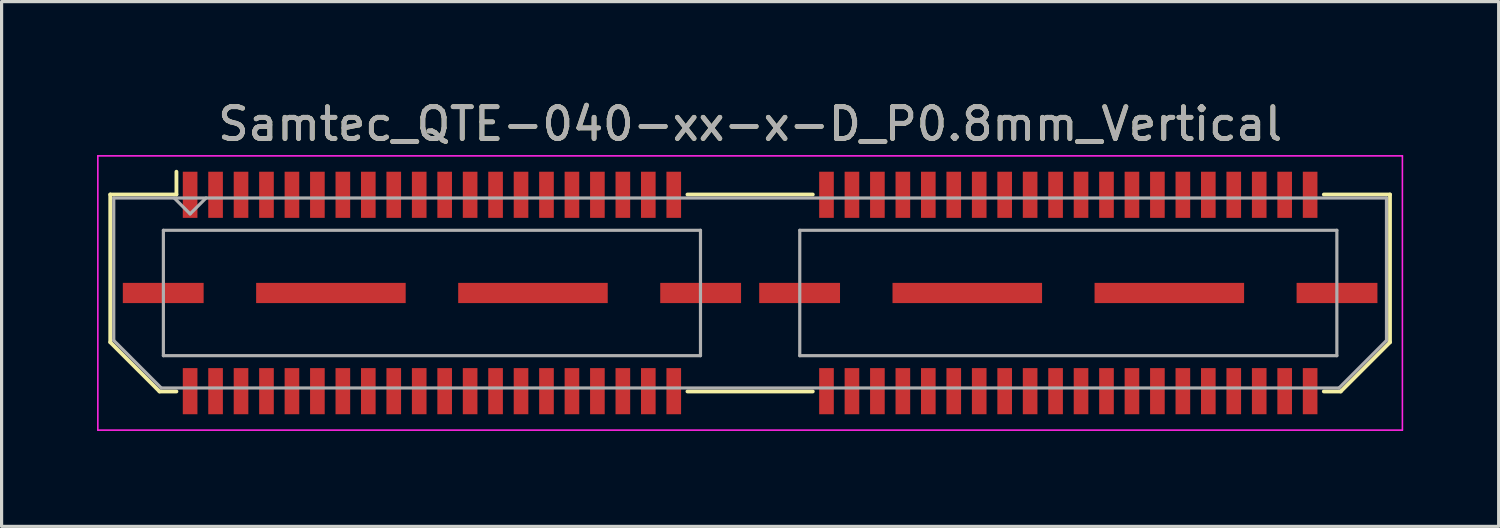
<source format=kicad_pcb>
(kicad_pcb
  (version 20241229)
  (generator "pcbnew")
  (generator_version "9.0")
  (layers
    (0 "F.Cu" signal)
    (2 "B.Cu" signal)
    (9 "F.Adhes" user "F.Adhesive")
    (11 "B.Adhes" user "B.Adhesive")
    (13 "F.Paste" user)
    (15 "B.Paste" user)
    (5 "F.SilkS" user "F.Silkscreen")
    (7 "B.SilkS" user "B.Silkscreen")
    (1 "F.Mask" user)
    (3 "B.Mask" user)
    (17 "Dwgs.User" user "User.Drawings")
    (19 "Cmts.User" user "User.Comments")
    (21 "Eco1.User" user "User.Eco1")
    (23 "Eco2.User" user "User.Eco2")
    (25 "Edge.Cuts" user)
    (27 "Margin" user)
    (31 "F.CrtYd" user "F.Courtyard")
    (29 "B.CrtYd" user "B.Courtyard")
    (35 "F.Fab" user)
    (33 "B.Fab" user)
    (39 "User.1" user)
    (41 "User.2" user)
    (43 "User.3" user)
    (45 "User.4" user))
  (footprint "Samtec_QTE-040-xx-x-D_P0.8mm_Vertical"
    (layer "F.Cu")
    (at 20.525 6.158)
    (property "Reference" "Samtec_QTE-040-xx-x-D_P0.8mm_Vertical" (at 0 -5.31 0) (layer "F.SilkS") (effects (font (size 1 1) (thickness 0.15))))
    (attr smd)
    (fp_line (start -20.11 -3.095) (end -20.11 1.548) (stroke (width 0.12) (type solid)) (layer "F.SilkS"))
    (fp_line (start -20.11 1.548) (end -18.562 3.095) (stroke (width 0.12) (type solid)) (layer "F.SilkS"))
    (fp_line (start -18.562 3.095) (end -18.03 3.095) (stroke (width 0.12) (type solid)) (layer "F.SilkS"))
    (fp_line (start -18.03 -3.811) (end -18.03 -3.095) (stroke (width 0.12) (type solid)) (layer "F.SilkS"))
    (fp_line (start -18.03 -3.095) (end -20.11 -3.095) (stroke (width 0.12) (type solid)) (layer "F.SilkS"))
    (fp_line (start -1.97 -3.095) (end 1.97 -3.095) (stroke (width 0.12) (type solid)) (layer "F.SilkS"))
    (fp_line (start -1.97 3.095) (end 1.97 3.095) (stroke (width 0.12) (type solid)) (layer "F.SilkS"))
    (fp_line (start 18.03 -3.095) (end 20.11 -3.095) (stroke (width 0.12) (type solid)) (layer "F.SilkS"))
    (fp_line (start 18.562 3.095) (end 18.03 3.095) (stroke (width 0.12) (type solid)) (layer "F.SilkS"))
    (fp_line (start 20.11 -3.095) (end 20.11 1.548) (stroke (width 0.12) (type solid)) (layer "F.SilkS"))
    (fp_line (start 20.11 1.548) (end 18.562 3.095) (stroke (width 0.12) (type solid)) (layer "F.SilkS"))
    (fp_line (start -20.5 -4.31) (end -20.5 4.31) (stroke (width 0.05) (type solid)) (layer "F.CrtYd"))
    (fp_line (start -20.5 4.31) (end 20.5 4.31) (stroke (width 0.05) (type solid)) (layer "F.CrtYd"))
    (fp_line (start 20.5 -4.31) (end -20.5 -4.31) (stroke (width 0.05) (type solid)) (layer "F.CrtYd"))
    (fp_line (start 20.5 4.31) (end 20.5 -4.31) (stroke (width 0.05) (type solid)) (layer "F.CrtYd"))
    (fp_line (start -20 -2.985) (end -20 1.492) (stroke (width 0.1) (type solid)) (layer "F.Fab"))
    (fp_line (start -20 -2.985) (end 20 -2.985) (stroke (width 0.1) (type solid)) (layer "F.Fab"))
    (fp_line (start -20 1.492) (end -18.508 2.985) (stroke (width 0.1) (type solid)) (layer "F.Fab"))
    (fp_line (start -18.508 2.985) (end 18.508 2.985) (stroke (width 0.1) (type solid)) (layer "F.Fab"))
    (fp_line (start -18.44 -1.97) (end -18.44 1.97) (stroke (width 0.1) (type solid)) (layer "F.Fab"))
    (fp_line (start -18.44 1.97) (end -1.56 1.97) (stroke (width 0.1) (type solid)) (layer "F.Fab"))
    (fp_line (start -17.6 -2.485) (end -18.1 -2.985) (stroke (width 0.1) (type solid)) (layer "F.Fab"))
    (fp_line (start -17.1 -2.985) (end -17.6 -2.485) (stroke (width 0.1) (type solid)) (layer "F.Fab"))
    (fp_line (start -1.56 -1.97) (end -18.44 -1.97) (stroke (width 0.1) (type solid)) (layer "F.Fab"))
    (fp_line (start -1.56 1.97) (end -1.56 -1.97) (stroke (width 0.1) (type solid)) (layer "F.Fab"))
    (fp_line (start 1.56 -1.97) (end 1.56 1.97) (stroke (width 0.1) (type solid)) (layer "F.Fab"))
    (fp_line (start 1.56 1.97) (end 18.44 1.97) (stroke (width 0.1) (type solid)) (layer "F.Fab"))
    (fp_line (start 18.44 -1.97) (end 1.56 -1.97) (stroke (width 0.1) (type solid)) (layer "F.Fab"))
    (fp_line (start 18.44 1.97) (end 18.44 -1.97) (stroke (width 0.1) (type solid)) (layer "F.Fab"))
    (fp_line (start 20 -2.985) (end 20 1.492) (stroke (width 0.1) (type solid)) (layer "F.Fab"))
    (fp_line (start 20 1.492) (end 18.508 2.985) (stroke (width 0.1) (type solid)) (layer "F.Fab"))
    (fp_text user "${REFERENCE}" (at 0 -5.31 0) (layer "F.Fab") (effects (font (size 1 1) (thickness 0.15))))
    (pad "1" smd rect (at -17.6 -3.086) (size 0.46 1.45) (layers "F.Cu" "F.Mask" "F.Paste"))
    (pad "2" smd rect (at -17.6 3.086) (size 0.46 1.45) (layers "F.Cu" "F.Mask" "F.Paste"))
    (pad "3" smd rect (at -16.8 -3.086) (size 0.46 1.45) (layers "F.Cu" "F.Mask" "F.Paste"))
    (pad "4" smd rect (at -16.8 3.086) (size 0.46 1.45) (layers "F.Cu" "F.Mask" "F.Paste"))
    (pad "5" smd rect (at -16 -3.086) (size 0.46 1.45) (layers "F.Cu" "F.Mask" "F.Paste"))
    (pad "6" smd rect (at -16 3.086) (size 0.46 1.45) (layers "F.Cu" "F.Mask" "F.Paste"))
    (pad "7" smd rect (at -15.2 -3.086) (size 0.46 1.45) (layers "F.Cu" "F.Mask" "F.Paste"))
    (pad "8" smd rect (at -15.2 3.086) (size 0.46 1.45) (layers "F.Cu" "F.Mask" "F.Paste"))
    (pad "9" smd rect (at -14.4 -3.086) (size 0.46 1.45) (layers "F.Cu" "F.Mask" "F.Paste"))
    (pad "10" smd rect (at -14.4 3.086) (size 0.46 1.45) (layers "F.Cu" "F.Mask" "F.Paste"))
    (pad "11" smd rect (at -13.6 -3.086) (size 0.46 1.45) (layers "F.Cu" "F.Mask" "F.Paste"))
    (pad "12" smd rect (at -13.6 3.086) (size 0.46 1.45) (layers "F.Cu" "F.Mask" "F.Paste"))
    (pad "13" smd rect (at -12.8 -3.086) (size 0.46 1.45) (layers "F.Cu" "F.Mask" "F.Paste"))
    (pad "14" smd rect (at -12.8 3.086) (size 0.46 1.45) (layers "F.Cu" "F.Mask" "F.Paste"))
    (pad "15" smd rect (at -12 -3.086) (size 0.46 1.45) (layers "F.Cu" "F.Mask" "F.Paste"))
    (pad "16" smd rect (at -12 3.086) (size 0.46 1.45) (layers "F.Cu" "F.Mask" "F.Paste"))
    (pad "17" smd rect (at -11.2 -3.086) (size 0.46 1.45) (layers "F.Cu" "F.Mask" "F.Paste"))
    (pad "18" smd rect (at -11.2 3.086) (size 0.46 1.45) (layers "F.Cu" "F.Mask" "F.Paste"))
    (pad "19" smd rect (at -10.4 -3.086) (size 0.46 1.45) (layers "F.Cu" "F.Mask" "F.Paste"))
    (pad "20" smd rect (at -10.4 3.086) (size 0.46 1.45) (layers "F.Cu" "F.Mask" "F.Paste"))
    (pad "21" smd rect (at -9.6 -3.086) (size 0.46 1.45) (layers "F.Cu" "F.Mask" "F.Paste"))
    (pad "22" smd rect (at -9.6 3.086) (size 0.46 1.45) (layers "F.Cu" "F.Mask" "F.Paste"))
    (pad "23" smd rect (at -8.8 -3.086) (size 0.46 1.45) (layers "F.Cu" "F.Mask" "F.Paste"))
    (pad "24" smd rect (at -8.8 3.086) (size 0.46 1.45) (layers "F.Cu" "F.Mask" "F.Paste"))
    (pad "25" smd rect (at -8 -3.086) (size 0.46 1.45) (layers "F.Cu" "F.Mask" "F.Paste"))
    (pad "26" smd rect (at -8 3.086) (size 0.46 1.45) (layers "F.Cu" "F.Mask" "F.Paste"))
    (pad "27" smd rect (at -7.2 -3.086) (size 0.46 1.45) (layers "F.Cu" "F.Mask" "F.Paste"))
    (pad "28" smd rect (at -7.2 3.086) (size 0.46 1.45) (layers "F.Cu" "F.Mask" "F.Paste"))
    (pad "29" smd rect (at -6.4 -3.086) (size 0.46 1.45) (layers "F.Cu" "F.Mask" "F.Paste"))
    (pad "30" smd rect (at -6.4 3.086) (size 0.46 1.45) (layers "F.Cu" "F.Mask" "F.Paste"))
    (pad "31" smd rect (at -5.6 -3.086) (size 0.46 1.45) (layers "F.Cu" "F.Mask" "F.Paste"))
    (pad "32" smd rect (at -5.6 3.086) (size 0.46 1.45) (layers "F.Cu" "F.Mask" "F.Paste"))
    (pad "33" smd rect (at -4.8 -3.086) (size 0.46 1.45) (layers "F.Cu" "F.Mask" "F.Paste"))
    (pad "34" smd rect (at -4.8 3.086) (size 0.46 1.45) (layers "F.Cu" "F.Mask" "F.Paste"))
    (pad "35" smd rect (at -4 -3.086) (size 0.46 1.45) (layers "F.Cu" "F.Mask" "F.Paste"))
    (pad "36" smd rect (at -4 3.086) (size 0.46 1.45) (layers "F.Cu" "F.Mask" "F.Paste"))
    (pad "37" smd rect (at -3.2 -3.086) (size 0.46 1.45) (layers "F.Cu" "F.Mask" "F.Paste"))
    (pad "38" smd rect (at -3.2 3.086) (size 0.46 1.45) (layers "F.Cu" "F.Mask" "F.Paste"))
    (pad "39" smd rect (at -2.4 -3.086) (size 0.46 1.45) (layers "F.Cu" "F.Mask" "F.Paste"))
    (pad "40" smd rect (at -2.4 3.086) (size 0.46 1.45) (layers "F.Cu" "F.Mask" "F.Paste"))
    (pad "41" smd rect (at 2.4 -3.086) (size 0.46 1.45) (layers "F.Cu" "F.Mask" "F.Paste"))
    (pad "42" smd rect (at 2.4 3.086) (size 0.46 1.45) (layers "F.Cu" "F.Mask" "F.Paste"))
    (pad "43" smd rect (at 3.2 -3.086) (size 0.46 1.45) (layers "F.Cu" "F.Mask" "F.Paste"))
    (pad "44" smd rect (at 3.2 3.086) (size 0.46 1.45) (layers "F.Cu" "F.Mask" "F.Paste"))
    (pad "45" smd rect (at 4 -3.086) (size 0.46 1.45) (layers "F.Cu" "F.Mask" "F.Paste"))
    (pad "46" smd rect (at 4 3.086) (size 0.46 1.45) (layers "F.Cu" "F.Mask" "F.Paste"))
    (pad "47" smd rect (at 4.8 -3.086) (size 0.46 1.45) (layers "F.Cu" "F.Mask" "F.Paste"))
    (pad "48" smd rect (at 4.8 3.086) (size 0.46 1.45) (layers "F.Cu" "F.Mask" "F.Paste"))
    (pad "49" smd rect (at 5.6 -3.086) (size 0.46 1.45) (layers "F.Cu" "F.Mask" "F.Paste"))
    (pad "50" smd rect (at 5.6 3.086) (size 0.46 1.45) (layers "F.Cu" "F.Mask" "F.Paste"))
    (pad "51" smd rect (at 6.4 -3.086) (size 0.46 1.45) (layers "F.Cu" "F.Mask" "F.Paste"))
    (pad "52" smd rect (at 6.4 3.086) (size 0.46 1.45) (layers "F.Cu" "F.Mask" "F.Paste"))
    (pad "53" smd rect (at 7.2 -3.086) (size 0.46 1.45) (layers "F.Cu" "F.Mask" "F.Paste"))
    (pad "54" smd rect (at 7.2 3.086) (size 0.46 1.45) (layers "F.Cu" "F.Mask" "F.Paste"))
    (pad "55" smd rect (at 8 -3.086) (size 0.46 1.45) (layers "F.Cu" "F.Mask" "F.Paste"))
    (pad "56" smd rect (at 8 3.086) (size 0.46 1.45) (layers "F.Cu" "F.Mask" "F.Paste"))
    (pad "57" smd rect (at 8.8 -3.086) (size 0.46 1.45) (layers "F.Cu" "F.Mask" "F.Paste"))
    (pad "58" smd rect (at 8.8 3.086) (size 0.46 1.45) (layers "F.Cu" "F.Mask" "F.Paste"))
    (pad "59" smd rect (at 9.6 -3.086) (size 0.46 1.45) (layers "F.Cu" "F.Mask" "F.Paste"))
    (pad "60" smd rect (at 9.6 3.086) (size 0.46 1.45) (layers "F.Cu" "F.Mask" "F.Paste"))
    (pad "61" smd rect (at 10.4 -3.086) (size 0.46 1.45) (layers "F.Cu" "F.Mask" "F.Paste"))
    (pad "62" smd rect (at 10.4 3.086) (size 0.46 1.45) (layers "F.Cu" "F.Mask" "F.Paste"))
    (pad "63" smd rect (at 11.2 -3.086) (size 0.46 1.45) (layers "F.Cu" "F.Mask" "F.Paste"))
    (pad "64" smd rect (at 11.2 3.086) (size 0.46 1.45) (layers "F.Cu" "F.Mask" "F.Paste"))
    (pad "65" smd rect (at 12 -3.086) (size 0.46 1.45) (layers "F.Cu" "F.Mask" "F.Paste"))
    (pad "66" smd rect (at 12 3.086) (size 0.46 1.45) (layers "F.Cu" "F.Mask" "F.Paste"))
    (pad "67" smd rect (at 12.8 -3.086) (size 0.46 1.45) (layers "F.Cu" "F.Mask" "F.Paste"))
    (pad "68" smd rect (at 12.8 3.086) (size 0.46 1.45) (layers "F.Cu" "F.Mask" "F.Paste"))
    (pad "69" smd rect (at 13.6 -3.086) (size 0.46 1.45) (layers "F.Cu" "F.Mask" "F.Paste"))
    (pad "70" smd rect (at 13.6 3.086) (size 0.46 1.45) (layers "F.Cu" "F.Mask" "F.Paste"))
    (pad "71" smd rect (at 14.4 -3.086) (size 0.46 1.45) (layers "F.Cu" "F.Mask" "F.Paste"))
    (pad "72" smd rect (at 14.4 3.086) (size 0.46 1.45) (layers "F.Cu" "F.Mask" "F.Paste"))
    (pad "73" smd rect (at 15.2 -3.086) (size 0.46 1.45) (layers "F.Cu" "F.Mask" "F.Paste"))
    (pad "74" smd rect (at 15.2 3.086) (size 0.46 1.45) (layers "F.Cu" "F.Mask" "F.Paste"))
    (pad "75" smd rect (at 16 -3.086) (size 0.46 1.45) (layers "F.Cu" "F.Mask" "F.Paste"))
    (pad "76" smd rect (at 16 3.086) (size 0.46 1.45) (layers "F.Cu" "F.Mask" "F.Paste"))
    (pad "77" smd rect (at 16.8 -3.086) (size 0.46 1.45) (layers "F.Cu" "F.Mask" "F.Paste"))
    (pad "78" smd rect (at 16.8 3.086) (size 0.46 1.45) (layers "F.Cu" "F.Mask" "F.Paste"))
    (pad "79" smd rect (at 17.6 -3.086) (size 0.46 1.45) (layers "F.Cu" "F.Mask" "F.Paste"))
    (pad "80" smd rect (at 17.6 3.086) (size 0.46 1.45) (layers "F.Cu" "F.Mask" "F.Paste"))
    (pad "P1" smd rect (at -18.445 0) (size 2.54 0.635) (layers "F.Cu" "F.Mask" "F.Paste"))
    (pad "P1" smd rect (at -13.175 0) (size 4.7 0.635) (layers "F.Cu" "F.Mask" "F.Paste"))
    (pad "P1" smd rect (at -6.825 0) (size 4.7 0.635) (layers "F.Cu" "F.Mask" "F.Paste"))
    (pad "P1" smd rect (at -1.555 0) (size 2.54 0.635) (layers "F.Cu" "F.Mask" "F.Paste"))
    (pad "P2" smd rect (at 1.555 0) (size 2.54 0.635) (layers "F.Cu" "F.Mask" "F.Paste"))
    (pad "P2" smd rect (at 6.825 0) (size 4.7 0.635) (layers "F.Cu" "F.Mask" "F.Paste"))
    (pad "P2" smd rect (at 13.175 0) (size 4.7 0.635) (layers "F.Cu" "F.Mask" "F.Paste"))
    (pad "P2" smd rect (at 18.445 0) (size 2.54 0.635) (layers "F.Cu" "F.Mask" "F.Paste")))
  (gr_rect
    (start -3 -3)
    (end 44.05 13.493)
    (stroke (width 0.1) (type default))
    (fill no)
    (layer "Edge.Cuts")))
</source>
